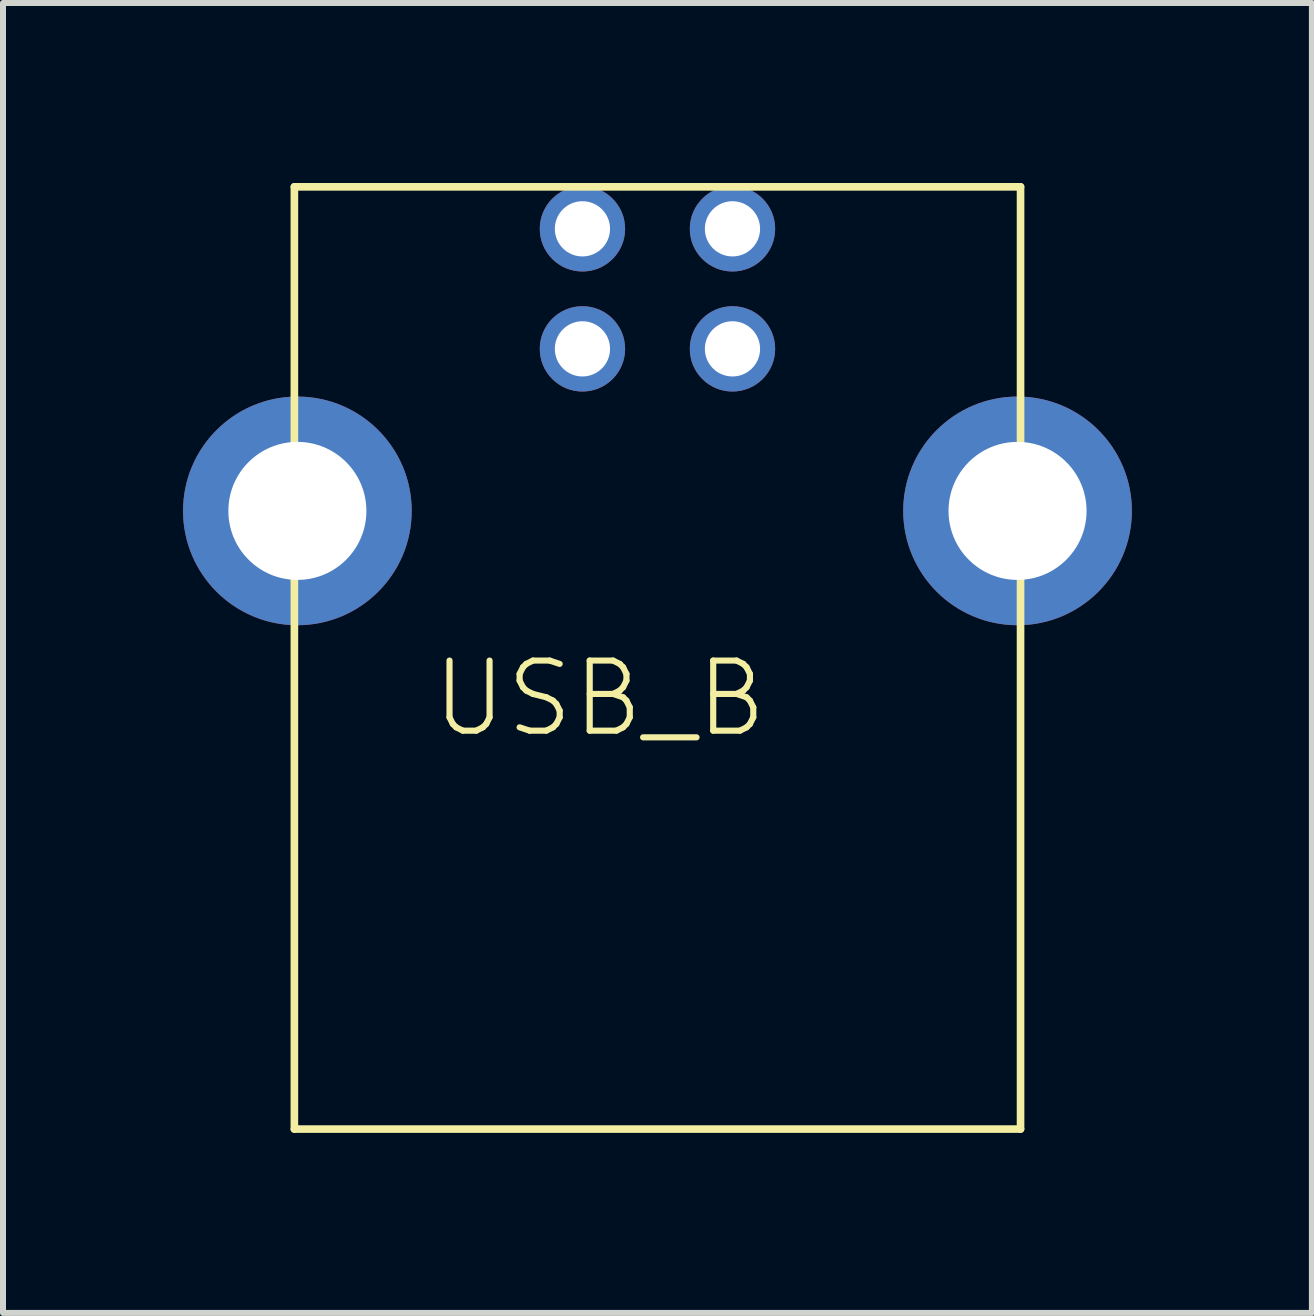
<source format=kicad_pcb>
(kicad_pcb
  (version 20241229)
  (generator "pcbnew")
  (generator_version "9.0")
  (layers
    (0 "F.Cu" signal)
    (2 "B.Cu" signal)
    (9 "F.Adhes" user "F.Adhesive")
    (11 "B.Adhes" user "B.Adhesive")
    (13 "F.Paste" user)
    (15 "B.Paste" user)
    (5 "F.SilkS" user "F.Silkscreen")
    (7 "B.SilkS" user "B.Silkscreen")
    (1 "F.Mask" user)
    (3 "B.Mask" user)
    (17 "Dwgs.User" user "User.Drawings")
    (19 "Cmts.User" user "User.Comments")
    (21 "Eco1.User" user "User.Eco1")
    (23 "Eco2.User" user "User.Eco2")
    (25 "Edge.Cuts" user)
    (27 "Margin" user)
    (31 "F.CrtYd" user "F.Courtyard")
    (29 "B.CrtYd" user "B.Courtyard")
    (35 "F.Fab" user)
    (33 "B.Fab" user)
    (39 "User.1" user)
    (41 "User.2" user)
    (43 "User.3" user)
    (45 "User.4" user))
  (footprint "USB_B"
    (layer "F.Cu")
    (at 7.905 5.463)
    (property "Reference" "USB_B" (at -3.81 3.81 0) (layer "F.SilkS") (effects (font (size 1.168 1.168) (thickness 0.102)) (justify left bottom)))
    (fp_line (start -6.05 -5.4) (end -6.05 10.3) (stroke (width 0.127) (type solid)) (layer "F.SilkS"))
    (fp_line (start -6.05 10.3) (end 6.05 10.3) (stroke (width 0.127) (type solid)) (layer "F.SilkS"))
    (fp_line (start 6.05 -5.4) (end -6.05 -5.4) (stroke (width 0.127) (type solid)) (layer "F.SilkS"))
    (fp_line (start 6.05 10.3) (end 6.05 -5.4) (stroke (width 0.127) (type solid)) (layer "F.SilkS"))
    (pad "1" thru_hole circle (at 1.25 -4.7) (size 1.422 1.422) (drill 0.92) (layers "*.Cu" "*.Mask"))
    (pad "2" thru_hole circle (at -1.25 -4.7) (size 1.422 1.422) (drill 0.92) (layers "*.Cu" "*.Mask"))
    (pad "3" thru_hole circle (at -1.25 -2.7) (size 1.422 1.422) (drill 0.92) (layers "*.Cu" "*.Mask"))
    (pad "4" thru_hole circle (at 1.25 -2.7) (size 1.422 1.422) (drill 0.92) (layers "*.Cu" "*.Mask"))
    (pad "GND" thru_hole circle (at -6 0) (size 3.81 3.81) (drill 2.3) (layers "*.Cu" "*.Mask"))
    (pad "GND2" thru_hole circle (at 6 0) (size 3.81 3.81) (drill 2.3) (layers "*.Cu" "*.Mask")))
  (gr_rect
    (start -3 -3)
    (end 18.81 18.827)
    (stroke (width 0.1) (type default))
    (fill no)
    (layer "Edge.Cuts")))
</source>
